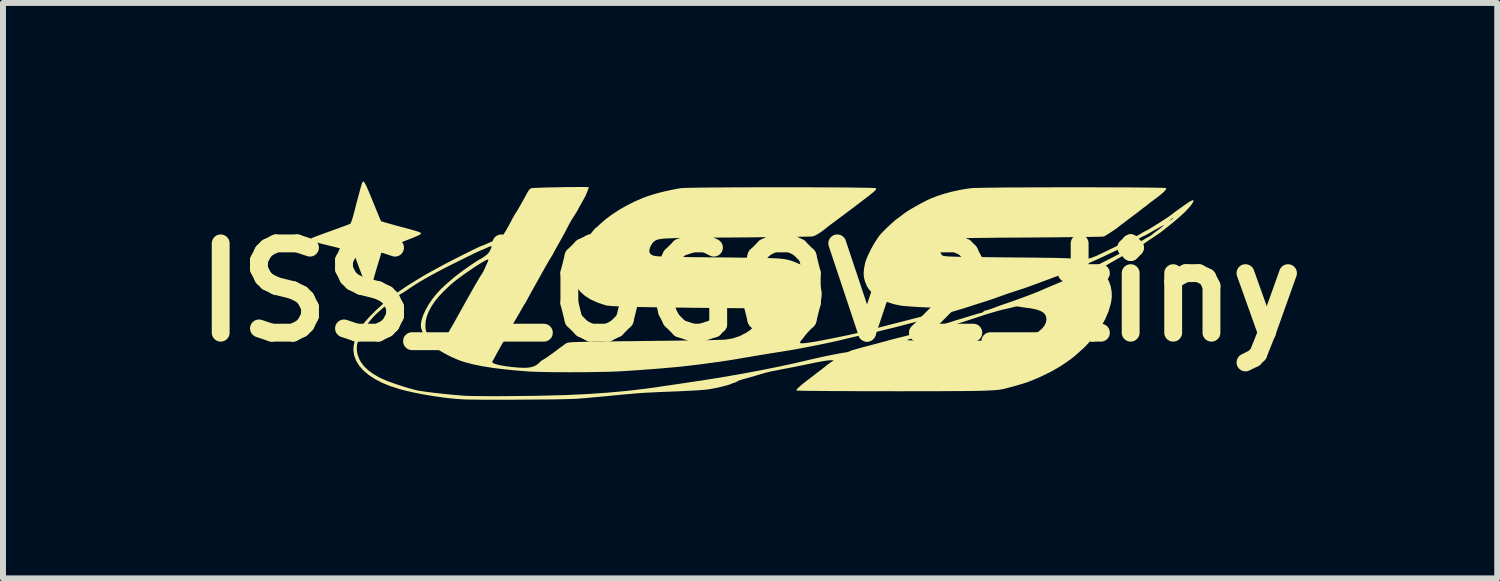
<source format=kicad_pcb>
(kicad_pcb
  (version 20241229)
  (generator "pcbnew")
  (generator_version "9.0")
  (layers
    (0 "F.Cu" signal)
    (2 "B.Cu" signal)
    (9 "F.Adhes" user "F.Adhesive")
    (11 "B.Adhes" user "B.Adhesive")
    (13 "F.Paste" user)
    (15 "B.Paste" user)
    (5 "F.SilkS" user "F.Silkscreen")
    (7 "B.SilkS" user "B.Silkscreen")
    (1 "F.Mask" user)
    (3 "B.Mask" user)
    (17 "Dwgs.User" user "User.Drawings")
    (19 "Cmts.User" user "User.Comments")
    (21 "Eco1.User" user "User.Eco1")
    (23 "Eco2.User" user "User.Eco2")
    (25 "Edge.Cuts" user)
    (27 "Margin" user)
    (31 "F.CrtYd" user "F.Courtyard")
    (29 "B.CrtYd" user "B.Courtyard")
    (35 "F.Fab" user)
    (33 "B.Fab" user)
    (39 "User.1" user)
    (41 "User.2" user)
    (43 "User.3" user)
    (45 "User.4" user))
  (footprint "ISS_LOGOV2_tiny"
    (layer "F.Cu")
    (at 9.55 1.86)
    (property "Reference" "ISS_LOGOV2_tiny" (at 0 0 0) (layer "F.SilkS") (effects (font (size 1.5 1.5) (thickness 0.3))))
    (attr board_only exclude_from_pos_files exclude_from_bom)
    (fp_poly (pts (xy -6.483 -1.85) (xy -6.469 -1.829) (xy -6.451 -1.795) (xy -6.429 -1.747) (xy -6.402 -1.684) (xy -6.368 -1.603) (xy -6.338 -1.529) (xy -6.306 -1.451) (xy -6.277 -1.379) (xy -6.25 -1.316) (xy -6.229 -1.263) (xy -6.212 -1.224) (xy -6.201 -1.2) (xy -6.198 -1.194) (xy -6.187 -1.19) (xy -6.158 -1.181) (xy -6.113 -1.168) (xy -6.056 -1.152) (xy -5.988 -1.133) (xy -5.912 -1.112) (xy -5.86 -1.098) (xy -5.769 -1.074) (xy -5.695 -1.054) (xy -5.638 -1.037) (xy -5.596 -1.025) (xy -5.565 -1.014) (xy -5.546 -1.006) (xy -5.534 -0.999) (xy -5.529 -0.993) (xy -5.529 -0.989) (xy -5.53 -0.983) (xy -5.536 -0.977) (xy -5.548 -0.968) (xy -5.567 -0.958) (xy -5.595 -0.945) (xy -5.633 -0.929) (xy -5.684 -0.908) (xy -5.748 -0.883) (xy -5.827 -0.852) (xy -5.923 -0.816) (xy -6.01 -0.782) (xy -6.178 -0.719) (xy -6.228 -0.55) (xy -6.254 -0.466) (xy -6.274 -0.399) (xy -6.29 -0.347) (xy -6.301 -0.307) (xy -6.31 -0.277) (xy -6.317 -0.253) (xy -6.322 -0.233) (xy -6.326 -0.214) (xy -6.33 -0.199) (xy -6.34 -0.159) (xy -6.355 -0.118) (xy -6.371 -0.08) (xy -6.386 -0.05) (xy -6.398 -0.033) (xy -6.402 -0.031) (xy -6.415 -0.039) (xy -6.428 -0.056) (xy -6.438 -0.074) (xy -6.452 -0.108) (xy -6.47 -0.153) (xy -6.49 -0.203) (xy -6.492 -0.21) (xy -6.513 -0.267) (xy -6.539 -0.337) (xy -6.567 -0.411) (xy -6.593 -0.483) (xy -6.603 -0.509) (xy -6.666 -0.678) (xy -6.741 -0.699) (xy -6.771 -0.708) (xy -6.819 -0.72) (xy -6.879 -0.736) (xy -6.949 -0.754) (xy -7.024 -0.773) (xy -7.091 -0.789) (xy -7.164 -0.807) (xy -7.23 -0.824) (xy -7.287 -0.839) (xy -7.332 -0.851) (xy -7.363 -0.859) (xy -7.376 -0.863) (xy -7.376 -0.863) (xy -7.386 -0.878) (xy -7.378 -0.896) (xy -7.355 -0.913) (xy -7.352 -0.915) (xy -7.328 -0.925) (xy -7.294 -0.938) (xy -7.248 -0.955) (xy -7.189 -0.977) (xy -7.115 -1.004) (xy -7.024 -1.037) (xy -6.941 -1.067) (xy -6.878 -1.09) (xy -6.821 -1.111) (xy -6.773 -1.129) (xy -6.738 -1.142) (xy -6.718 -1.15) (xy -6.716 -1.151) (xy -6.707 -1.165) (xy -6.694 -1.198) (xy -6.677 -1.25) (xy -6.658 -1.319) (xy -6.649 -1.351) (xy -6.62 -1.465) (xy -6.595 -1.56) (xy -6.574 -1.638) (xy -6.557 -1.7) (xy -6.544 -1.749) (xy -6.533 -1.786) (xy -6.526 -1.812) (xy -6.52 -1.829) (xy -6.518 -1.834) (xy -6.511 -1.85) (xy -6.503 -1.86) (xy -6.494 -1.86)) (stroke (width 0) (type solid)) (fill yes) (layer "F.SilkS"))
    (fp_poly (pts (xy -2.813 -1.769) (xy -2.763 -1.768) (xy -2.728 -1.767) (xy -2.711 -1.765) (xy -2.709 -1.764) (xy -2.713 -1.752) (xy -2.722 -1.726) (xy -2.732 -1.698) (xy -2.742 -1.672) (xy -2.752 -1.649) (xy -2.764 -1.623) (xy -2.78 -1.592) (xy -2.802 -1.552) (xy -2.831 -1.5) (xy -2.852 -1.462) (xy -2.873 -1.426) (xy -2.888 -1.397) (xy -2.897 -1.38) (xy -2.898 -1.377) (xy -2.903 -1.367) (xy -2.918 -1.343) (xy -2.939 -1.31) (xy -2.952 -1.29) (xy -2.98 -1.246) (xy -3.013 -1.191) (xy -3.045 -1.133) (xy -3.066 -1.093) (xy -3.096 -1.035) (xy -3.131 -0.969) (xy -3.168 -0.902) (xy -3.196 -0.852) (xy -3.226 -0.799) (xy -3.256 -0.745) (xy -3.283 -0.697) (xy -3.303 -0.66) (xy -3.303 -0.659) (xy -3.324 -0.621) (xy -3.344 -0.588) (xy -3.358 -0.565) (xy -3.358 -0.565) (xy -3.369 -0.548) (xy -3.388 -0.516) (xy -3.413 -0.472) (xy -3.443 -0.42) (xy -3.475 -0.362) (xy -3.479 -0.356) (xy -3.515 -0.291) (xy -3.552 -0.224) (xy -3.588 -0.16) (xy -3.619 -0.105) (xy -3.64 -0.068) (xy -3.668 -0.017) (xy -3.697 0.035) (xy -3.722 0.081) (xy -3.734 0.105) (xy -3.753 0.141) (xy -3.77 0.17) (xy -3.781 0.188) (xy -3.782 0.188) (xy -3.792 0.204) (xy -3.81 0.233) (xy -3.831 0.271) (xy -3.844 0.293) (xy -3.872 0.344) (xy -3.904 0.398) (xy -3.933 0.448) (xy -3.939 0.458) (xy -3.963 0.499) (xy -3.993 0.551) (xy -4.024 0.607) (xy -4.047 0.651) (xy -4.078 0.709) (xy -4.114 0.776) (xy -4.152 0.843) (xy -4.181 0.894) (xy -4.21 0.947) (xy -4.239 0.999) (xy -4.264 1.044) (xy -4.282 1.078) (xy -4.283 1.08) (xy -4.3 1.112) (xy -4.314 1.136) (xy -4.322 1.146) (xy -4.33 1.16) (xy -4.331 1.171) (xy -4.321 1.186) (xy -4.291 1.201) (xy -4.244 1.215) (xy -4.18 1.229) (xy -4.101 1.242) (xy -4.008 1.254) (xy -3.904 1.264) (xy -3.888 1.265) (xy -3.792 1.269) (xy -3.712 1.264) (xy -3.646 1.249) (xy -3.59 1.223) (xy -3.544 1.186) (xy -3.536 1.178) (xy -3.513 1.156) (xy -3.496 1.143) (xy -3.491 1.14) (xy -3.479 1.134) (xy -3.454 1.119) (xy -3.419 1.096) (xy -3.379 1.068) (xy -3.337 1.038) (xy -3.296 1.009) (xy -3.261 0.983) (xy -3.234 0.963) (xy -3.222 0.952) (xy -3.21 0.943) (xy -3.189 0.928) (xy -3.186 0.926) (xy -3.162 0.91) (xy -3.145 0.898) (xy -3.144 0.898) (xy -3.123 0.88) (xy -3.105 0.867) (xy -3.088 0.856) (xy -3.069 0.849) (xy -3.044 0.843) (xy -3.011 0.84) (xy -2.967 0.837) (xy -2.91 0.835) (xy -2.836 0.833) (xy -2.793 0.832) (xy -2.75 0.831) (xy -2.687 0.83) (xy -2.608 0.828) (xy -2.513 0.827) (xy -2.405 0.826) (xy -2.285 0.824) (xy -2.155 0.822) (xy -2.018 0.821) (xy -1.874 0.819) (xy -1.726 0.817) (xy -1.577 0.816) (xy -1.548 0.815) (xy -1.401 0.814) (xy -1.258 0.812) (xy -1.121 0.81) (xy -0.991 0.808) (xy -0.87 0.807) (xy -0.76 0.805) (xy -0.661 0.803) (xy -0.577 0.801) (xy -0.508 0.799) (xy -0.456 0.797) (xy -0.423 0.796) (xy -0.417 0.795) (xy -0.295 0.775) (xy -0.178 0.737) (xy -0.069 0.682) (xy 0.002 0.634) (xy 0.053 0.586) (xy 0.086 0.534) (xy 0.102 0.477) (xy 0.105 0.441) (xy 0.101 0.405) (xy 0.088 0.375) (xy 0.063 0.348) (xy 0.024 0.322) (xy -0.01 0.303) (xy -0.078 0.268) (xy -0.952 0.26) (xy -1.184 0.257) (xy -1.396 0.255) (xy -1.588 0.252) (xy -1.759 0.249) (xy -1.91 0.246) (xy -2.041 0.242) (xy -2.153 0.239) (xy -2.246 0.235) (xy -2.319 0.231) (xy -2.374 0.226) (xy -2.41 0.222) (xy -2.422 0.219) (xy -2.557 0.175) (xy -2.674 0.122) (xy -2.771 0.062) (xy -2.849 -0.007) (xy -2.908 -0.085) (xy -2.948 -0.17) (xy -2.968 -0.264) (xy -2.97 -0.366) (xy -2.952 -0.477) (xy -2.949 -0.489) (xy -2.929 -0.554) (xy -2.901 -0.628) (xy -2.866 -0.703) (xy -2.829 -0.776) (xy -2.79 -0.84) (xy -2.753 -0.892) (xy -2.738 -0.91) (xy -2.725 -0.925) (xy -2.703 -0.952) (xy -2.676 -0.985) (xy -2.663 -1.002) (xy -2.635 -1.036) (xy -2.61 -1.065) (xy -2.592 -1.082) (xy -2.588 -1.086) (xy -2.574 -1.097) (xy -2.549 -1.118) (xy -2.52 -1.146) (xy -2.513 -1.152) (xy -2.422 -1.231) (xy -2.314 -1.311) (xy -2.194 -1.389) (xy -2.064 -1.462) (xy -1.93 -1.529) (xy -1.795 -1.587) (xy -1.714 -1.617) (xy -1.63 -1.643) (xy -1.533 -1.671) (xy -1.428 -1.697) (xy -1.323 -1.72) (xy -1.225 -1.739) (xy -1.166 -1.749) (xy -1.143 -1.751) (xy -1.1 -1.753) (xy -1.04 -1.755) (xy -0.964 -1.756) (xy -0.873 -1.758) (xy -0.769 -1.759) (xy -0.654 -1.76) (xy -0.528 -1.761) (xy -0.392 -1.762) (xy -0.249 -1.763) (xy -0.1 -1.763) (xy 0.054 -1.764) (xy 0.212 -1.764) (xy 0.372 -1.764) (xy 0.533 -1.764) (xy 0.694 -1.764) (xy 0.853 -1.764) (xy 1.008 -1.764) (xy 1.159 -1.763) (xy 1.303 -1.762) (xy 1.44 -1.762) (xy 1.569 -1.761) (xy 1.687 -1.76) (xy 1.794 -1.758) (xy 1.888 -1.757) (xy 1.967 -1.756) (xy 2.031 -1.754) (xy 2.078 -1.752) (xy 2.107 -1.75) (xy 2.115 -1.749) (xy 2.118 -1.738) (xy 2.111 -1.723) (xy 2.091 -1.701) (xy 2.057 -1.671) (xy 2.009 -1.632) (xy 1.958 -1.592) (xy 1.911 -1.557) (xy 1.859 -1.517) (xy 1.812 -1.481) (xy 1.805 -1.476) (xy 1.774 -1.452) (xy 1.729 -1.418) (xy 1.673 -1.376) (xy 1.61 -1.329) (xy 1.542 -1.278) (xy 1.472 -1.226) (xy 1.405 -1.176) (xy 1.343 -1.13) (xy 1.313 -1.108) (xy 1.287 -1.087) (xy 1.279 -1.08) (xy 1.227 -1.039) (xy 1.175 -1.002) (xy 1.125 -0.971) (xy 1.083 -0.949) (xy 1.053 -0.939) (xy 1.037 -0.938) (xy 1.002 -0.936) (xy 0.948 -0.935) (xy 0.877 -0.934) (xy 0.791 -0.932) (xy 0.691 -0.931) (xy 0.578 -0.929) (xy 0.453 -0.928) (xy 0.319 -0.926) (xy 0.176 -0.925) (xy 0.025 -0.923) (xy -0.131 -0.922) (xy -0.214 -0.921) (xy -0.405 -0.92) (xy -0.576 -0.919) (xy -0.728 -0.917) (xy -0.862 -0.916) (xy -0.981 -0.915) (xy -1.084 -0.913) (xy -1.174 -0.912) (xy -1.251 -0.91) (xy -1.316 -0.908) (xy -1.371 -0.906) (xy -1.417 -0.904) (xy -1.454 -0.901) (xy -1.485 -0.898) (xy -1.51 -0.894) (xy -1.531 -0.891) (xy -1.548 -0.886) (xy -1.563 -0.881) (xy -1.577 -0.876) (xy -1.582 -0.874) (xy -1.616 -0.852) (xy -1.645 -0.819) (xy -1.669 -0.78) (xy -1.686 -0.738) (xy -1.693 -0.699) (xy -1.689 -0.666) (xy -1.676 -0.648) (xy -1.667 -0.64) (xy -1.658 -0.633) (xy -1.649 -0.626) (xy -1.638 -0.621) (xy -1.624 -0.616) (xy -1.607 -0.612) (xy -1.584 -0.608) (xy -1.554 -0.605) (xy -1.517 -0.603) (xy -1.472 -0.6) (xy -1.416 -0.598) (xy -1.348 -0.596) (xy -1.269 -0.595) (xy -1.175 -0.593) (xy -1.067 -0.592) (xy -0.943 -0.59) (xy -0.801 -0.589) (xy -0.641 -0.587) (xy -0.461 -0.586) (xy -0.46 -0.586) (xy -0.291 -0.584) (xy -0.142 -0.582) (xy -0.011 -0.581) (xy 0.104 -0.579) (xy 0.203 -0.578) (xy 0.289 -0.576) (xy 0.363 -0.573) (xy 0.425 -0.571) (xy 0.478 -0.568) (xy 0.524 -0.564) (xy 0.562 -0.559) (xy 0.596 -0.554) (xy 0.626 -0.548) (xy 0.653 -0.541) (xy 0.68 -0.533) (xy 0.708 -0.524) (xy 0.737 -0.514) (xy 0.748 -0.51) (xy 0.857 -0.463) (xy 0.954 -0.404) (xy 1.036 -0.335) (xy 1.104 -0.257) (xy 1.155 -0.173) (xy 1.188 -0.083) (xy 1.203 0.011) (xy 1.203 0.031) (xy 1.198 0.093) (xy 1.185 0.169) (xy 1.166 0.25) (xy 1.141 0.33) (xy 1.114 0.403) (xy 1.078 0.485) (xy 1.046 0.55) (xy 1.017 0.6) (xy 0.99 0.638) (xy 0.967 0.664) (xy 0.945 0.689) (xy 0.928 0.717) (xy 0.911 0.743) (xy 0.887 0.775) (xy 0.874 0.79) (xy 0.848 0.821) (xy 0.838 0.842) (xy 0.844 0.853) (xy 0.868 0.857) (xy 0.911 0.855) (xy 0.918 0.854) (xy 0.964 0.849) (xy 1.028 0.839) (xy 1.109 0.826) (xy 1.205 0.808) (xy 1.313 0.787) (xy 1.434 0.763) (xy 1.563 0.737) (xy 1.564 0.736) (xy 1.643 0.72) (xy 1.714 0.704) (xy 1.782 0.689) (xy 1.852 0.672) (xy 1.928 0.653) (xy 2.015 0.631) (xy 2.108 0.607) (xy 2.304 0.556) (xy 2.511 0.503) (xy 2.732 0.446) (xy 2.804 0.428) (xy 2.932 0.394) (xy 3.039 0.365) (xy 3.127 0.34) (xy 3.194 0.319) (xy 3.241 0.302) (xy 3.267 0.29) (xy 3.274 0.282) (xy 3.269 0.278) (xy 3.253 0.273) (xy 3.224 0.269) (xy 3.18 0.265) (xy 3.121 0.261) (xy 3.045 0.257) (xy 2.95 0.253) (xy 2.903 0.251) (xy 2.824 0.247) (xy 2.744 0.242) (xy 2.67 0.237) (xy 2.605 0.232) (xy 2.554 0.227) (xy 2.533 0.224) (xy 2.417 0.2) (xy 2.308 0.165) (xy 2.208 0.121) (xy 2.12 0.067) (xy 2.046 0.007) (xy 1.989 -0.06) (xy 1.962 -0.104) (xy 1.931 -0.177) (xy 1.913 -0.246) (xy 1.907 -0.319) (xy 1.914 -0.399) (xy 1.932 -0.491) (xy 1.932 -0.492) (xy 1.949 -0.546) (xy 1.976 -0.611) (xy 2.011 -0.685) (xy 2.05 -0.76) (xy 2.092 -0.833) (xy 2.134 -0.899) (xy 2.173 -0.953) (xy 2.175 -0.956) (xy 2.206 -0.991) (xy 2.248 -1.034) (xy 2.297 -1.083) (xy 2.349 -1.132) (xy 2.399 -1.177) (xy 2.444 -1.216) (xy 2.477 -1.241) (xy 2.512 -1.266) (xy 2.541 -1.288) (xy 2.56 -1.303) (xy 2.562 -1.305) (xy 2.593 -1.328) (xy 2.638 -1.359) (xy 2.695 -1.394) (xy 2.76 -1.432) (xy 2.829 -1.471) (xy 2.899 -1.508) (xy 2.966 -1.543) (xy 3.026 -1.571) (xy 3.039 -1.577) (xy 3.14 -1.616) (xy 3.255 -1.654) (xy 3.381 -1.688) (xy 3.51 -1.717) (xy 3.637 -1.739) (xy 3.714 -1.749) (xy 3.741 -1.751) (xy 3.786 -1.753) (xy 3.848 -1.754) (xy 3.927 -1.756) (xy 4.019 -1.757) (xy 4.125 -1.758) (xy 4.242 -1.76) (xy 4.37 -1.761) (xy 4.506 -1.761) (xy 4.65 -1.762) (xy 4.8 -1.763) (xy 4.955 -1.763) (xy 5.113 -1.764) (xy 5.274 -1.764) (xy 5.435 -1.764) (xy 5.595 -1.764) (xy 5.753 -1.764) (xy 5.907 -1.763) (xy 6.057 -1.763) (xy 6.201 -1.762) (xy 6.336 -1.762) (xy 6.463 -1.761) (xy 6.58 -1.76) (xy 6.684 -1.759) (xy 6.776 -1.758) (xy 6.853 -1.756) (xy 6.914 -1.755) (xy 6.958 -1.753) (xy 6.983 -1.751) (xy 6.989 -1.75) (xy 6.99 -1.736) (xy 6.974 -1.712) (xy 6.942 -1.679) (xy 6.897 -1.64) (xy 6.842 -1.597) (xy 6.792 -1.56) (xy 6.757 -1.534) (xy 6.733 -1.516) (xy 6.717 -1.504) (xy 6.707 -1.496) (xy 6.701 -1.491) (xy 6.688 -1.48) (xy 6.663 -1.46) (xy 6.631 -1.436) (xy 6.627 -1.433) (xy 6.596 -1.41) (xy 6.572 -1.391) (xy 6.56 -1.381) (xy 6.559 -1.381) (xy 6.549 -1.373) (xy 6.526 -1.355) (xy 6.492 -1.329) (xy 6.45 -1.298) (xy 6.428 -1.281) (xy 6.384 -1.248) (xy 6.346 -1.219) (xy 6.317 -1.197) (xy 6.3 -1.184) (xy 6.298 -1.182) (xy 6.286 -1.173) (xy 6.265 -1.157) (xy 6.256 -1.151) (xy 6.23 -1.132) (xy 6.21 -1.117) (xy 6.207 -1.114) (xy 6.187 -1.098) (xy 6.179 -1.091) (xy 6.155 -1.073) (xy 6.122 -1.05) (xy 6.081 -1.022) (xy 6.039 -0.995) (xy 5.999 -0.97) (xy 5.966 -0.95) (xy 5.945 -0.938) (xy 5.941 -0.937) (xy 5.928 -0.936) (xy 5.895 -0.934) (xy 5.843 -0.933) (xy 5.775 -0.932) (xy 5.691 -0.93) (xy 5.592 -0.929) (xy 5.481 -0.927) (xy 5.358 -0.926) (xy 5.225 -0.925) (xy 5.083 -0.923) (xy 4.933 -0.922) (xy 4.776 -0.921) (xy 4.681 -0.92) (xy 4.488 -0.919) (xy 4.315 -0.918) (xy 4.161 -0.917) (xy 4.024 -0.915) (xy 3.903 -0.914) (xy 3.797 -0.913) (xy 3.706 -0.911) (xy 3.627 -0.91) (xy 3.56 -0.908) (xy 3.504 -0.906) (xy 3.457 -0.903) (xy 3.418 -0.9) (xy 3.386 -0.897) (xy 3.361 -0.893) (xy 3.34 -0.889) (xy 3.323 -0.885) (xy 3.309 -0.879) (xy 3.296 -0.874) (xy 3.286 -0.869) (xy 3.252 -0.842) (xy 3.222 -0.799) (xy 3.201 -0.747) (xy 3.195 -0.723) (xy 3.194 -0.687) (xy 3.205 -0.651) (xy 3.223 -0.624) (xy 3.233 -0.617) (xy 3.241 -0.614) (xy 3.254 -0.611) (xy 3.272 -0.608) (xy 3.296 -0.605) (xy 3.329 -0.603) (xy 3.37 -0.601) (xy 3.421 -0.599) (xy 3.484 -0.597) (xy 3.559 -0.596) (xy 3.647 -0.594) (xy 3.751 -0.593) (xy 3.87 -0.591) (xy 4.006 -0.59) (xy 4.161 -0.588) (xy 4.335 -0.586) (xy 4.383 -0.586) (xy 4.55 -0.584) (xy 4.698 -0.583) (xy 4.827 -0.582) (xy 4.939 -0.58) (xy 5.037 -0.579) (xy 5.12 -0.578) (xy 5.19 -0.576) (xy 5.249 -0.574) (xy 5.299 -0.573) (xy 5.339 -0.571) (xy 5.373 -0.569) (xy 5.401 -0.566) (xy 5.425 -0.563) (xy 5.445 -0.56) (xy 5.454 -0.559) (xy 5.531 -0.549) (xy 5.599 -0.549) (xy 5.667 -0.559) (xy 5.741 -0.582) (xy 5.78 -0.597) (xy 5.811 -0.609) (xy 5.856 -0.63) (xy 5.912 -0.657) (xy 5.978 -0.688) (xy 6.051 -0.724) (xy 6.128 -0.761) (xy 6.206 -0.799) (xy 6.282 -0.837) (xy 6.354 -0.874) (xy 6.419 -0.907) (xy 6.475 -0.936) (xy 6.519 -0.959) (xy 6.547 -0.975) (xy 6.555 -0.979) (xy 6.583 -0.997) (xy 6.622 -1.019) (xy 6.664 -1.041) (xy 6.668 -1.042) (xy 6.693 -1.056) (xy 6.73 -1.078) (xy 6.776 -1.106) (xy 6.828 -1.139) (xy 6.882 -1.173) (xy 6.935 -1.207) (xy 7.046 -1.207) (xy 7.048 -1.204) (xy 7.063 -1.21) (xy 7.085 -1.225) (xy 7.09 -1.229) (xy 7.105 -1.245) (xy 7.105 -1.25) (xy 7.101 -1.249) (xy 7.085 -1.24) (xy 7.082 -1.235) (xy 7.074 -1.225) (xy 7.059 -1.216) (xy 7.046 -1.207) (xy 6.935 -1.207) (xy 6.936 -1.208) (xy 6.986 -1.24) (xy 7.029 -1.269) (xy 7.061 -1.291) (xy 7.08 -1.305) (xy 7.082 -1.308) (xy 7.093 -1.316) (xy 7.118 -1.335) (xy 7.152 -1.36) (xy 7.193 -1.39) (xy 7.238 -1.422) (xy 7.282 -1.453) (xy 7.321 -1.481) (xy 7.354 -1.503) (xy 7.362 -1.509) (xy 7.405 -1.535) (xy 7.434 -1.547) (xy 7.448 -1.544) (xy 7.446 -1.526) (xy 7.43 -1.495) (xy 7.415 -1.474) (xy 7.367 -1.415) (xy 7.302 -1.347) (xy 7.219 -1.27) (xy 7.119 -1.185) (xy 7.014 -1.1) (xy 6.977 -1.071) (xy 6.944 -1.045) (xy 6.92 -1.026) (xy 6.912 -1.019) (xy 6.897 -1.008) (xy 6.868 -0.988) (xy 6.828 -0.961) (xy 6.782 -0.93) (xy 6.76 -0.915) (xy 6.713 -0.884) (xy 6.672 -0.856) (xy 6.64 -0.834) (xy 6.62 -0.82) (xy 6.616 -0.817) (xy 6.599 -0.806) (xy 6.574 -0.792) (xy 6.569 -0.789) (xy 6.544 -0.776) (xy 6.529 -0.765) (xy 6.528 -0.764) (xy 6.518 -0.757) (xy 6.492 -0.742) (xy 6.453 -0.719) (xy 6.404 -0.691) (xy 6.347 -0.66) (xy 6.324 -0.647) (xy 6.214 -0.586) (xy 6.122 -0.534) (xy 6.047 -0.491) (xy 5.99 -0.457) (xy 5.949 -0.432) (xy 5.924 -0.415) (xy 5.918 -0.411) (xy 5.904 -0.391) (xy 5.903 -0.369) (xy 5.919 -0.341) (xy 5.942 -0.313) (xy 5.993 -0.249) (xy 6.029 -0.183) (xy 6.055 -0.107) (xy 6.058 -0.098) (xy 6.074 -0.007) (xy 6.076 0.08) (xy 6.063 0.174) (xy 6.062 0.179) (xy 6.022 0.319) (xy 5.962 0.458) (xy 5.882 0.598) (xy 5.852 0.644) (xy 5.816 0.692) (xy 5.773 0.747) (xy 5.727 0.803) (xy 5.68 0.857) (xy 5.636 0.904) (xy 5.6 0.94) (xy 5.584 0.954) (xy 5.55 0.984) (xy 5.516 1.015) (xy 5.503 1.027) (xy 5.452 1.072) (xy 5.386 1.123) (xy 5.311 1.177) (xy 5.231 1.23) (xy 5.149 1.28) (xy 5.072 1.324) (xy 5.04 1.341) (xy 4.931 1.394) (xy 4.834 1.439) (xy 4.746 1.476) (xy 4.66 1.509) (xy 4.571 1.538) (xy 4.476 1.566) (xy 4.42 1.582) (xy 4.354 1.599) (xy 4.301 1.613) (xy 4.256 1.624) (xy 4.215 1.632) (xy 4.175 1.638) (xy 4.131 1.642) (xy 4.079 1.646) (xy 4.015 1.649) (xy 3.934 1.653) (xy 3.923 1.653) (xy 3.882 1.654) (xy 3.824 1.656) (xy 3.75 1.657) (xy 3.662 1.658) (xy 3.56 1.659) (xy 3.446 1.659) (xy 3.322 1.66) (xy 3.189 1.661) (xy 3.048 1.661) (xy 2.901 1.661) (xy 2.749 1.661) (xy 2.594 1.662) (xy 2.436 1.662) (xy 2.278 1.661) (xy 2.121 1.661) (xy 1.966 1.661) (xy 1.814 1.661) (xy 1.668 1.66) (xy 1.527 1.659) (xy 1.395 1.659) (xy 1.271 1.658) (xy 1.159 1.657) (xy 1.058 1.656) (xy 0.97 1.655) (xy 0.897 1.654) (xy 0.84 1.653) (xy 0.801 1.652) (xy 0.78 1.65) (xy 0.778 1.65) (xy 0.78 1.638) (xy 0.798 1.616) (xy 0.83 1.585) (xy 0.875 1.546) (xy 0.93 1.502) (xy 0.978 1.465) (xy 1.019 1.434) (xy 1.052 1.409) (xy 1.077 1.39) (xy 1.088 1.381) (xy 1.088 1.381) (xy 1.098 1.373) (xy 1.121 1.355) (xy 1.151 1.332) (xy 1.156 1.329) (xy 1.197 1.298) (xy 1.24 1.264) (xy 1.271 1.239) (xy 1.323 1.199) (xy 1.369 1.167) (xy 1.402 1.149) (xy 1.401 1.145) (xy 1.383 1.142) (xy 1.355 1.141) (xy 1.324 1.143) (xy 1.276 1.149) (xy 1.218 1.158) (xy 1.152 1.17) (xy 1.093 1.181) (xy 1.025 1.195) (xy 0.958 1.209) (xy 0.897 1.222) (xy 0.847 1.232) (xy 0.816 1.238) (xy 0.78 1.246) (xy 0.728 1.256) (xy 0.666 1.268) (xy 0.599 1.281) (xy 0.539 1.292) (xy 0.46 1.308) (xy 0.397 1.32) (xy 0.344 1.331) (xy 0.298 1.342) (xy 0.252 1.354) (xy 0.203 1.368) (xy 0.144 1.385) (xy 0.115 1.394) (xy 0.056 1.412) (xy -0.008 1.43) (xy -0.067 1.446) (xy -0.099 1.455) (xy -0.144 1.468) (xy -0.184 1.481) (xy -0.212 1.494) (xy -0.218 1.498) (xy -0.241 1.512) (xy -0.258 1.517) (xy -0.276 1.521) (xy -0.304 1.532) (xy -0.312 1.536) (xy -0.341 1.548) (xy -0.386 1.562) (xy -0.443 1.577) (xy -0.506 1.592) (xy -0.571 1.607) (xy -0.634 1.619) (xy -0.689 1.629) (xy -0.706 1.631) (xy -0.759 1.637) (xy -0.832 1.643) (xy -0.926 1.649) (xy -1.041 1.655) (xy -1.176 1.662) (xy -1.331 1.668) (xy -1.475 1.674) (xy -1.556 1.677) (xy -1.628 1.681) (xy -1.694 1.684) (xy -1.755 1.687) (xy -1.816 1.691) (xy -1.879 1.696) (xy -1.947 1.701) (xy -2.023 1.708) (xy -2.11 1.715) (xy -2.211 1.725) (xy -2.328 1.736) (xy -2.385 1.742) (xy -2.481 1.751) (xy -2.578 1.76) (xy -2.671 1.768) (xy -2.758 1.776) (xy -2.834 1.782) (xy -2.896 1.787) (xy -2.929 1.789) (xy -2.972 1.791) (xy -3.033 1.793) (xy -3.111 1.795) (xy -3.203 1.797) (xy -3.307 1.799) (xy -3.421 1.8) (xy -3.543 1.801) (xy -3.67 1.802) (xy -3.8 1.803) (xy -3.932 1.804) (xy -4.063 1.805) (xy -4.19 1.805) (xy -4.312 1.805) (xy -4.426 1.805) (xy -4.53 1.804) (xy -4.622 1.803) (xy -4.699 1.802) (xy -4.76 1.801) (xy -4.796 1.8) (xy -4.956 1.789) (xy -5.127 1.771) (xy -5.303 1.746) (xy -5.479 1.717) (xy -5.649 1.684) (xy -5.806 1.648) (xy -5.884 1.627) (xy -6.038 1.578) (xy -6.177 1.522) (xy -6.3 1.458) (xy -6.406 1.389) (xy -6.495 1.314) (xy -6.566 1.234) (xy -6.618 1.149) (xy -6.651 1.061) (xy -6.664 0.969) (xy -6.664 0.967) (xy -6.607 0.967) (xy -6.594 1.044) (xy -6.565 1.121) (xy -6.538 1.171) (xy -6.484 1.244) (xy -6.411 1.313) (xy -6.32 1.378) (xy -6.214 1.438) (xy -6.093 1.491) (xy -6.075 1.498) (xy -5.995 1.526) (xy -5.909 1.555) (xy -5.82 1.584) (xy -5.735 1.61) (xy -5.659 1.631) (xy -5.597 1.647) (xy -5.597 1.647) (xy -5.555 1.655) (xy -5.495 1.664) (xy -5.422 1.674) (xy -5.338 1.685) (xy -5.247 1.695) (xy -5.152 1.706) (xy -5.057 1.715) (xy -4.965 1.724) (xy -4.879 1.731) (xy -4.804 1.737) (xy -4.742 1.74) (xy -4.739 1.74) (xy -4.67 1.742) (xy -4.582 1.743) (xy -4.478 1.744) (xy -4.361 1.745) (xy -4.233 1.745) (xy -4.096 1.744) (xy -3.954 1.743) (xy -3.807 1.741) (xy -3.66 1.74) (xy -3.514 1.737) (xy -3.468 1.736) (xy -3.088 1.726) (xy -2.726 1.709) (xy -2.382 1.685) (xy -2.058 1.655) (xy -1.752 1.619) (xy -1.616 1.6) (xy -1.571 1.594) (xy -1.508 1.584) (xy -1.433 1.573) (xy -1.35 1.561) (xy -1.261 1.548) (xy -1.172 1.535) (xy -1.151 1.532) (xy -0.793 1.478) (xy -0.454 1.424) (xy -0.133 1.368) (xy 0.172 1.311) (xy 0.463 1.253) (xy 0.741 1.193) (xy 0.952 1.144) (xy 1.034 1.125) (xy 1.122 1.105) (xy 1.212 1.085) (xy 1.301 1.066) (xy 1.385 1.049) (xy 1.461 1.034) (xy 1.524 1.023) (xy 1.572 1.015) (xy 1.579 1.014) (xy 1.62 1.007) (xy 1.653 0.999) (xy 1.673 0.991) (xy 1.674 0.99) (xy 1.688 0.983) (xy 1.72 0.972) (xy 1.765 0.959) (xy 1.821 0.943) (xy 1.884 0.926) (xy 1.899 0.922) (xy 1.975 0.902) (xy 2.057 0.88) (xy 2.137 0.859) (xy 2.21 0.839) (xy 2.26 0.826) (xy 2.331 0.806) (xy 2.342 0.803) (xy 2.631 0.803) (xy 2.694 0.808) (xy 2.722 0.809) (xy 2.769 0.81) (xy 2.833 0.811) (xy 2.91 0.812) (xy 3 0.812) (xy 3.1 0.813) (xy 3.209 0.813) (xy 3.323 0.813) (xy 3.442 0.814) (xy 3.562 0.814) (xy 3.683 0.813) (xy 3.802 0.813) (xy 3.917 0.813) (xy 4.025 0.812) (xy 4.126 0.812) (xy 4.216 0.811) (xy 4.295 0.81) (xy 4.359 0.809) (xy 4.407 0.808) (xy 4.436 0.807) (xy 4.441 0.806) (xy 4.543 0.789) (xy 4.65 0.757) (xy 4.754 0.714) (xy 4.763 0.71) (xy 4.84 0.664) (xy 4.901 0.614) (xy 4.945 0.56) (xy 4.971 0.504) (xy 4.979 0.447) (xy 4.966 0.392) (xy 4.962 0.383) (xy 4.935 0.348) (xy 4.888 0.318) (xy 4.824 0.293) (xy 4.746 0.275) (xy 4.687 0.266) (xy 4.637 0.26) (xy 4.582 0.252) (xy 4.548 0.246) (xy 4.505 0.239) (xy 4.472 0.238) (xy 4.442 0.244) (xy 4.433 0.246) (xy 4.406 0.254) (xy 4.363 0.264) (xy 4.312 0.276) (xy 4.258 0.288) (xy 4.215 0.298) (xy 4.155 0.314) (xy 4.084 0.335) (xy 4.003 0.359) (xy 3.918 0.386) (xy 3.832 0.414) (xy 3.803 0.424) (xy 3.714 0.453) (xy 3.623 0.483) (xy 3.533 0.512) (xy 3.45 0.539) (xy 3.376 0.563) (xy 3.317 0.581) (xy 3.306 0.585) (xy 3.233 0.607) (xy 3.153 0.632) (xy 3.068 0.658) (xy 2.984 0.685) (xy 2.902 0.712) (xy 2.827 0.736) (xy 2.762 0.757) (xy 2.712 0.774) (xy 2.689 0.783) (xy 2.631 0.803) (xy 2.342 0.803) (xy 2.412 0.785) (xy 2.493 0.764) (xy 2.563 0.747) (xy 2.626 0.731) (xy 2.691 0.714) (xy 2.75 0.697) (xy 2.797 0.683) (xy 2.804 0.681) (xy 2.853 0.665) (xy 2.902 0.649) (xy 2.943 0.636) (xy 2.95 0.634) (xy 2.979 0.624) (xy 3.024 0.61) (xy 3.079 0.593) (xy 3.14 0.573) (xy 3.185 0.558) (xy 3.256 0.535) (xy 3.331 0.511) (xy 3.404 0.488) (xy 3.468 0.468) (xy 3.494 0.46) (xy 3.559 0.44) (xy 3.632 0.418) (xy 3.702 0.396) (xy 3.747 0.383) (xy 3.796 0.368) (xy 3.838 0.356) (xy 3.869 0.348) (xy 3.886 0.345) (xy 3.886 0.345) (xy 3.905 0.338) (xy 3.92 0.324) (xy 3.943 0.308) (xy 3.962 0.303) (xy 3.981 0.3) (xy 4.014 0.29) (xy 4.057 0.275) (xy 4.098 0.26) (xy 4.146 0.242) (xy 4.188 0.226) (xy 4.221 0.214) (xy 4.237 0.209) (xy 4.285 0.193) (xy 4.345 0.172) (xy 4.415 0.148) (xy 4.49 0.121) (xy 4.568 0.092) (xy 4.644 0.064) (xy 4.714 0.038) (xy 4.776 0.014) (xy 4.826 -0.006) (xy 4.86 -0.02) (xy 4.862 -0.021) (xy 4.885 -0.031) (xy 4.923 -0.048) (xy 4.974 -0.07) (xy 5.034 -0.095) (xy 5.099 -0.123) (xy 5.129 -0.135) (xy 5.223 -0.175) (xy 5.304 -0.209) (xy 5.374 -0.24) (xy 5.438 -0.268) (xy 5.499 -0.295) (xy 5.561 -0.324) (xy 5.626 -0.355) (xy 5.699 -0.391) (xy 5.783 -0.432) (xy 5.881 -0.481) (xy 5.903 -0.492) (xy 5.976 -0.529) (xy 6.045 -0.564) (xy 6.107 -0.595) (xy 6.158 -0.623) (xy 6.198 -0.644) (xy 6.221 -0.657) (xy 6.226 -0.66) (xy 6.253 -0.677) (xy 6.29 -0.698) (xy 6.328 -0.719) (xy 6.373 -0.742) (xy 6.419 -0.768) (xy 6.452 -0.787) (xy 6.526 -0.833) (xy 6.589 -0.871) (xy 6.64 -0.901) (xy 6.677 -0.922) (xy 6.698 -0.933) (xy 6.699 -0.934) (xy 6.721 -0.946) (xy 6.746 -0.964) (xy 6.747 -0.965) (xy 6.777 -0.989) (xy 6.804 -1.01) (xy 6.831 -1.03) (xy 6.863 -1.054) (xy 6.895 -1.079) (xy 6.924 -1.102) (xy 6.945 -1.12) (xy 6.954 -1.129) (xy 6.954 -1.13) (xy 6.941 -1.125) (xy 6.912 -1.11) (xy 6.868 -1.086) (xy 6.811 -1.054) (xy 6.742 -1.015) (xy 6.73 -1.008) (xy 6.686 -0.983) (xy 6.648 -0.962) (xy 6.62 -0.948) (xy 6.606 -0.942) (xy 6.606 -0.942) (xy 6.594 -0.937) (xy 6.568 -0.923) (xy 6.532 -0.903) (xy 6.489 -0.878) (xy 6.487 -0.877) (xy 6.428 -0.844) (xy 6.352 -0.804) (xy 6.262 -0.758) (xy 6.16 -0.708) (xy 6.049 -0.655) (xy 5.931 -0.599) (xy 5.816 -0.546) (xy 5.754 -0.518) (xy 5.704 -0.496) (xy 5.661 -0.476) (xy 5.617 -0.457) (xy 5.567 -0.436) (xy 5.55 -0.429) (xy 5.502 -0.409) (xy 5.456 -0.389) (xy 5.419 -0.373) (xy 5.403 -0.366) (xy 5.377 -0.356) (xy 5.335 -0.339) (xy 5.278 -0.317) (xy 5.21 -0.291) (xy 5.134 -0.263) (xy 5.052 -0.232) (xy 4.968 -0.201) (xy 4.884 -0.17) (xy 4.804 -0.14) (xy 4.729 -0.113) (xy 4.664 -0.089) (xy 4.61 -0.07) (xy 4.57 -0.056) (xy 4.556 -0.052) (xy 4.436 -0.013) (xy 4.333 0.021) (xy 4.244 0.052) (xy 4.169 0.079) (xy 4.123 0.096) (xy 4.064 0.116) (xy 3.999 0.138) (xy 3.935 0.159) (xy 3.923 0.163) (xy 3.858 0.183) (xy 3.789 0.205) (xy 3.723 0.226) (xy 3.668 0.244) (xy 3.661 0.246) (xy 3.556 0.279) (xy 3.435 0.315) (xy 3.3 0.354) (xy 3.156 0.395) (xy 3.005 0.437) (xy 2.85 0.479) (xy 2.695 0.52) (xy 2.543 0.56) (xy 2.398 0.597) (xy 2.262 0.63) (xy 2.138 0.66) (xy 2.031 0.684) (xy 2.006 0.69) (xy 1.927 0.707) (xy 1.837 0.728) (xy 1.746 0.749) (xy 1.662 0.769) (xy 1.624 0.778) (xy 1.524 0.802) (xy 1.408 0.829) (xy 1.28 0.856) (xy 1.146 0.884) (xy 1.008 0.911) (xy 0.873 0.937) (xy 0.744 0.961) (xy 0.626 0.981) (xy 0.581 0.988) (xy 0.508 1) (xy 0.44 1.01) (xy 0.375 1.021) (xy 0.309 1.031) (xy 0.241 1.043) (xy 0.166 1.055) (xy 0.081 1.069) (xy -0.015 1.086) (xy -0.127 1.104) (xy -0.241 1.124) (xy -0.351 1.142) (xy -0.477 1.161) (xy -0.613 1.18) (xy -0.754 1.199) (xy -0.894 1.217) (xy -1.028 1.233) (xy -1.151 1.247) (xy -1.229 1.255) (xy -1.343 1.265) (xy -1.467 1.276) (xy -1.599 1.287) (xy -1.732 1.297) (xy -1.864 1.307) (xy -1.989 1.315) (xy -2.103 1.323) (xy -2.202 1.328) (xy -2.228 1.33) (xy -2.313 1.333) (xy -2.411 1.336) (xy -2.522 1.338) (xy -2.642 1.34) (xy -2.768 1.342) (xy -2.897 1.342) (xy -3.027 1.343) (xy -3.155 1.342) (xy -3.278 1.342) (xy -3.393 1.34) (xy -3.498 1.338) (xy -3.59 1.336) (xy -3.665 1.333) (xy -3.709 1.331) (xy -3.935 1.313) (xy -4.142 1.292) (xy -4.329 1.269) (xy -4.496 1.242) (xy -4.645 1.212) (xy -4.776 1.178) (xy -4.85 1.155) (xy -4.934 1.123) (xy -5.025 1.082) (xy -5.117 1.035) (xy -5.204 0.985) (xy -5.281 0.935) (xy -5.326 0.901) (xy -5.377 0.853) (xy -5.425 0.795) (xy -5.468 0.731) (xy -5.502 0.667) (xy -5.524 0.607) (xy -5.529 0.583) (xy -5.529 0.554) (xy -5.454 0.554) (xy -5.453 0.601) (xy -5.447 0.637) (xy -5.435 0.671) (xy -5.424 0.694) (xy -5.401 0.732) (xy -5.37 0.775) (xy -5.335 0.816) (xy -5.299 0.852) (xy -5.268 0.878) (xy -5.25 0.888) (xy -5.212 0.894) (xy -5.178 0.879) (xy -5.165 0.866) (xy -5.151 0.842) (xy -5.138 0.81) (xy -5.136 0.805) (xy -5.126 0.777) (xy -5.115 0.758) (xy -5.112 0.756) (xy -5.1 0.742) (xy -5.086 0.716) (xy -5.084 0.711) (xy -5.071 0.683) (xy -5.051 0.646) (xy -5.032 0.612) (xy -5.015 0.584) (xy -4.991 0.542) (xy -4.961 0.489) (xy -4.927 0.428) (xy -4.891 0.363) (xy -4.875 0.335) (xy -4.819 0.234) (xy -4.765 0.136) (xy -4.712 0.043) (xy -4.664 -0.043) (xy -4.619 -0.121) (xy -4.58 -0.187) (xy -4.548 -0.242) (xy -4.524 -0.281) (xy -4.509 -0.304) (xy -4.487 -0.339) (xy -4.467 -0.378) (xy -4.463 -0.388) (xy -4.447 -0.425) (xy -4.427 -0.468) (xy -4.417 -0.489) (xy -4.404 -0.52) (xy -4.397 -0.542) (xy -4.397 -0.551) (xy -4.41 -0.55) (xy -4.438 -0.538) (xy -4.478 -0.517) (xy -4.528 -0.487) (xy -4.586 -0.451) (xy -4.65 -0.409) (xy -4.717 -0.363) (xy -4.786 -0.316) (xy -4.853 -0.267) (xy -4.918 -0.219) (xy -4.977 -0.173) (xy -4.99 -0.162) (xy -5.05 -0.11) (xy -5.113 -0.05) (xy -5.175 0.012) (xy -5.231 0.073) (xy -5.277 0.128) (xy -5.295 0.151) (xy -5.358 0.246) (xy -5.404 0.334) (xy -5.435 0.417) (xy -5.451 0.498) (xy -5.454 0.554) (xy -5.529 0.554) (xy -5.529 0.524) (xy -5.515 0.455) (xy -5.488 0.377) (xy -5.45 0.293) (xy -5.401 0.207) (xy -5.343 0.121) (xy -5.306 0.073) (xy -5.268 0.027) (xy -5.231 -0.014) (xy -5.192 -0.055) (xy -5.149 -0.096) (xy -5.097 -0.143) (xy -5.035 -0.197) (xy -4.984 -0.24) (xy -4.939 -0.277) (xy -4.883 -0.32) (xy -4.821 -0.366) (xy -4.756 -0.412) (xy -4.692 -0.457) (xy -4.632 -0.497) (xy -4.58 -0.531) (xy -4.54 -0.555) (xy -4.531 -0.559) (xy -4.485 -0.586) (xy -4.44 -0.618) (xy -4.405 -0.65) (xy -4.393 -0.663) (xy -4.378 -0.686) (xy -4.362 -0.715) (xy -4.349 -0.745) (xy -4.342 -0.766) (xy -4.341 -0.769) (xy -4.35 -0.774) (xy -4.376 -0.768) (xy -4.418 -0.75) (xy -4.434 -0.743) (xy -4.467 -0.727) (xy -4.493 -0.716) (xy -4.505 -0.711) (xy -4.505 -0.711) (xy -4.512 -0.71) (xy -4.526 -0.704) (xy -4.548 -0.694) (xy -4.581 -0.679) (xy -4.626 -0.658) (xy -4.684 -0.629) (xy -4.758 -0.593) (xy -4.849 -0.548) (xy -5.002 -0.472) (xy -5.138 -0.403) (xy -5.259 -0.339) (xy -5.367 -0.281) (xy -5.464 -0.227) (xy -5.552 -0.175) (xy -5.632 -0.125) (xy -5.708 -0.075) (xy -5.733 -0.058) (xy -5.776 -0.029) (xy -5.82 -0.001) (xy -5.856 0.022) (xy -5.864 0.026) (xy -5.896 0.046) (xy -5.923 0.064) (xy -5.934 0.072) (xy -5.949 0.087) (xy -5.967 0.101) (xy -5.991 0.119) (xy -6.02 0.142) (xy -6.067 0.177) (xy -6.112 0.215) (xy -6.135 0.235) (xy -6.154 0.252) (xy -6.183 0.277) (xy -6.217 0.308) (xy -6.23 0.319) (xy -6.265 0.35) (xy -6.296 0.38) (xy -6.318 0.402) (xy -6.323 0.407) (xy -6.344 0.431) (xy -6.36 0.449) (xy -6.375 0.466) (xy -6.397 0.494) (xy -6.419 0.523) (xy -6.492 0.626) (xy -6.547 0.72) (xy -6.584 0.807) (xy -6.604 0.888) (xy -6.607 0.967) (xy -6.664 0.967) (xy -6.664 0.956) (xy -6.657 0.885) (xy -6.638 0.804) (xy -6.61 0.722) (xy -6.574 0.645) (xy -6.545 0.598) (xy -6.478 0.507) (xy -6.393 0.411) (xy -6.294 0.311) (xy -6.183 0.21) (xy -6.063 0.11) (xy -5.935 0.012) (xy -5.802 -0.08) (xy -5.745 -0.117) (xy -5.665 -0.167) (xy -5.594 -0.211) (xy -5.529 -0.25) (xy -5.464 -0.289) (xy -5.393 -0.329) (xy -5.313 -0.373) (xy -5.241 -0.412) (xy -5.172 -0.45) (xy -5.096 -0.49) (xy -5.017 -0.531) (xy -4.935 -0.573) (xy -4.854 -0.614) (xy -4.776 -0.653) (xy -4.703 -0.689) (xy -4.638 -0.721) (xy -4.582 -0.748) (xy -4.538 -0.768) (xy -4.508 -0.781) (xy -4.494 -0.785) (xy -4.483 -0.789) (xy -4.458 -0.799) (xy -4.423 -0.815) (xy -4.413 -0.82) (xy -4.364 -0.841) (xy -4.312 -0.862) (xy -4.268 -0.878) (xy -4.231 -0.891) (xy -4.2 -0.904) (xy -4.184 -0.913) (xy -4.17 -0.929) (xy -4.149 -0.96) (xy -4.121 -1.005) (xy -4.089 -1.059) (xy -4.055 -1.12) (xy -4.019 -1.185) (xy -4.005 -1.213) (xy -3.982 -1.255) (xy -3.961 -1.292) (xy -3.946 -1.319) (xy -3.939 -1.329) (xy -3.929 -1.343) (xy -3.911 -1.372) (xy -3.887 -1.413) (xy -3.86 -1.461) (xy -3.83 -1.514) (xy -3.8 -1.567) (xy -3.772 -1.618) (xy -3.748 -1.662) (xy -3.74 -1.677) (xy -3.715 -1.718) (xy -3.69 -1.741) (xy -3.677 -1.748) (xy -3.661 -1.75) (xy -3.628 -1.753) (xy -3.58 -1.755) (xy -3.518 -1.757) (xy -3.447 -1.76) (xy -3.368 -1.762) (xy -3.284 -1.763) (xy -3.197 -1.765) (xy -3.111 -1.767) (xy -3.026 -1.768) (xy -2.947 -1.768) (xy -2.875 -1.769)) (stroke (width 0) (type solid)) (fill yes) (layer "F.SilkS")))
  (gr_rect
    (start -3 -3)
    (end 22.1 6.665)
    (stroke (width 0.1) (type default))
    (fill no)
    (layer "Edge.Cuts")))
</source>
